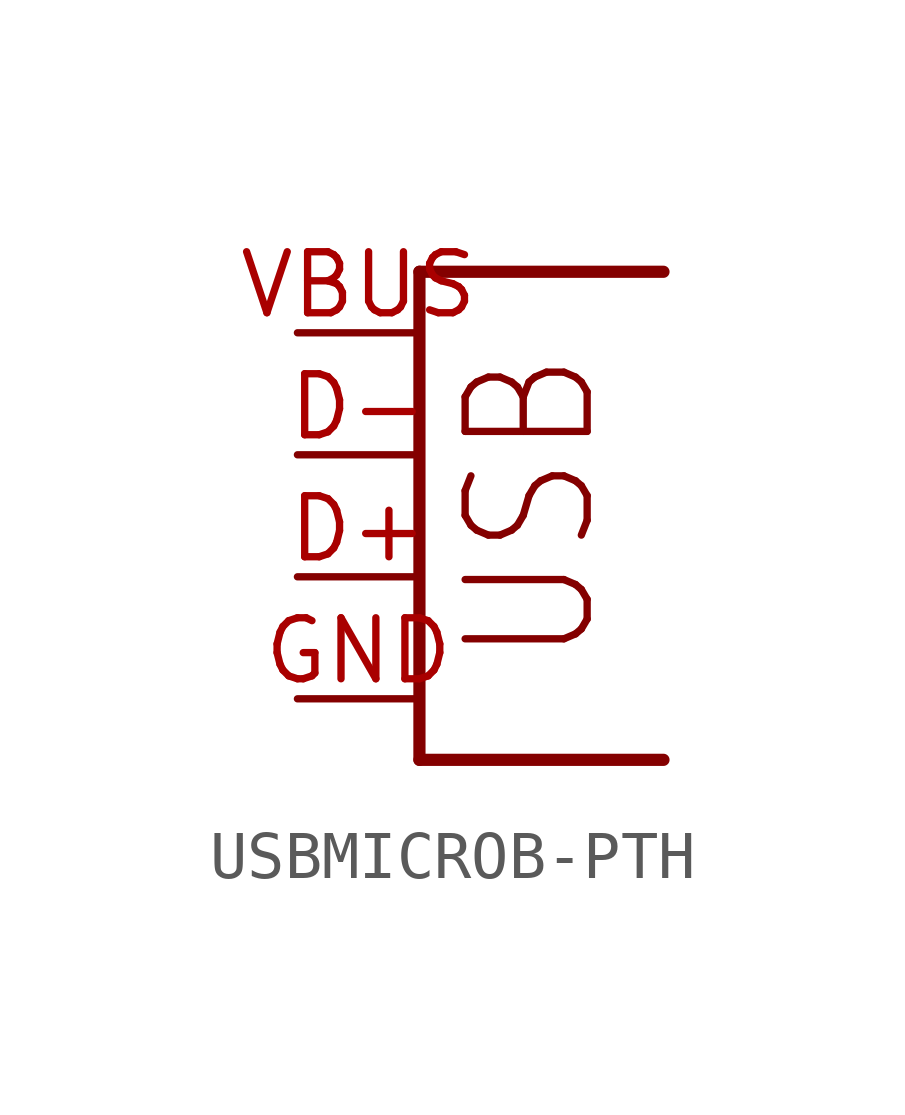
<source format=kicad_sym>
(kicad_symbol_lib
  (version 20220914)
  (generator kicad_symbol_editor)
  (symbol "USBMICROB-PTH"
    (property "Reference" "USB"
      (at 0 0 0)
      (effects (font (size 1.27 1.27)) hide))
    (property "ki_locked" ""
      (at 0 0 0)
      (effects (font (size 1.27 1.27))))
    (symbol "USBMICROB-PTH_1_0"
      (polyline (pts (xy -3.81 -5.08) (xy 1.27 -5.08)) (stroke (width 0.254) (type solid)) (fill (type none)))
      (polyline (pts (xy -3.81 5.08) (xy -3.81 -5.08)) (stroke (width 0.254) (type solid)) (fill (type none)))
      (polyline (pts (xy 1.27 5.08) (xy -3.81 5.08)) (stroke (width 0.254) (type solid)) (fill (type none)))
      (text "USB" (at 0 -3.175 900) (effects (font (size 2.54 2.159)) (justify left bottom)))
      (pin bidirectional line (at -6.35 -1.27 0) (length 2.54) (name "D+" (effects (font (size 0 0)))) (number "D+" (effects (font (size 1.27 1.27)))))
      (pin bidirectional line (at -6.35 1.27 0) (length 2.54) (name "D-" (effects (font (size 0 0)))) (number "D-" (effects (font (size 1.27 1.27)))))
      (pin bidirectional line (at -6.35 -3.81 0) (length 2.54) (name "GND" (effects (font (size 0 0)))) (number "GND" (effects (font (size 1.27 1.27)))))
      (pin bidirectional line (at -6.35 3.81 0) (length 2.54) (name "VBUS" (effects (font (size 0 0)))) (number "VBUS" (effects (font (size 1.27 1.27))))))))
</source>
